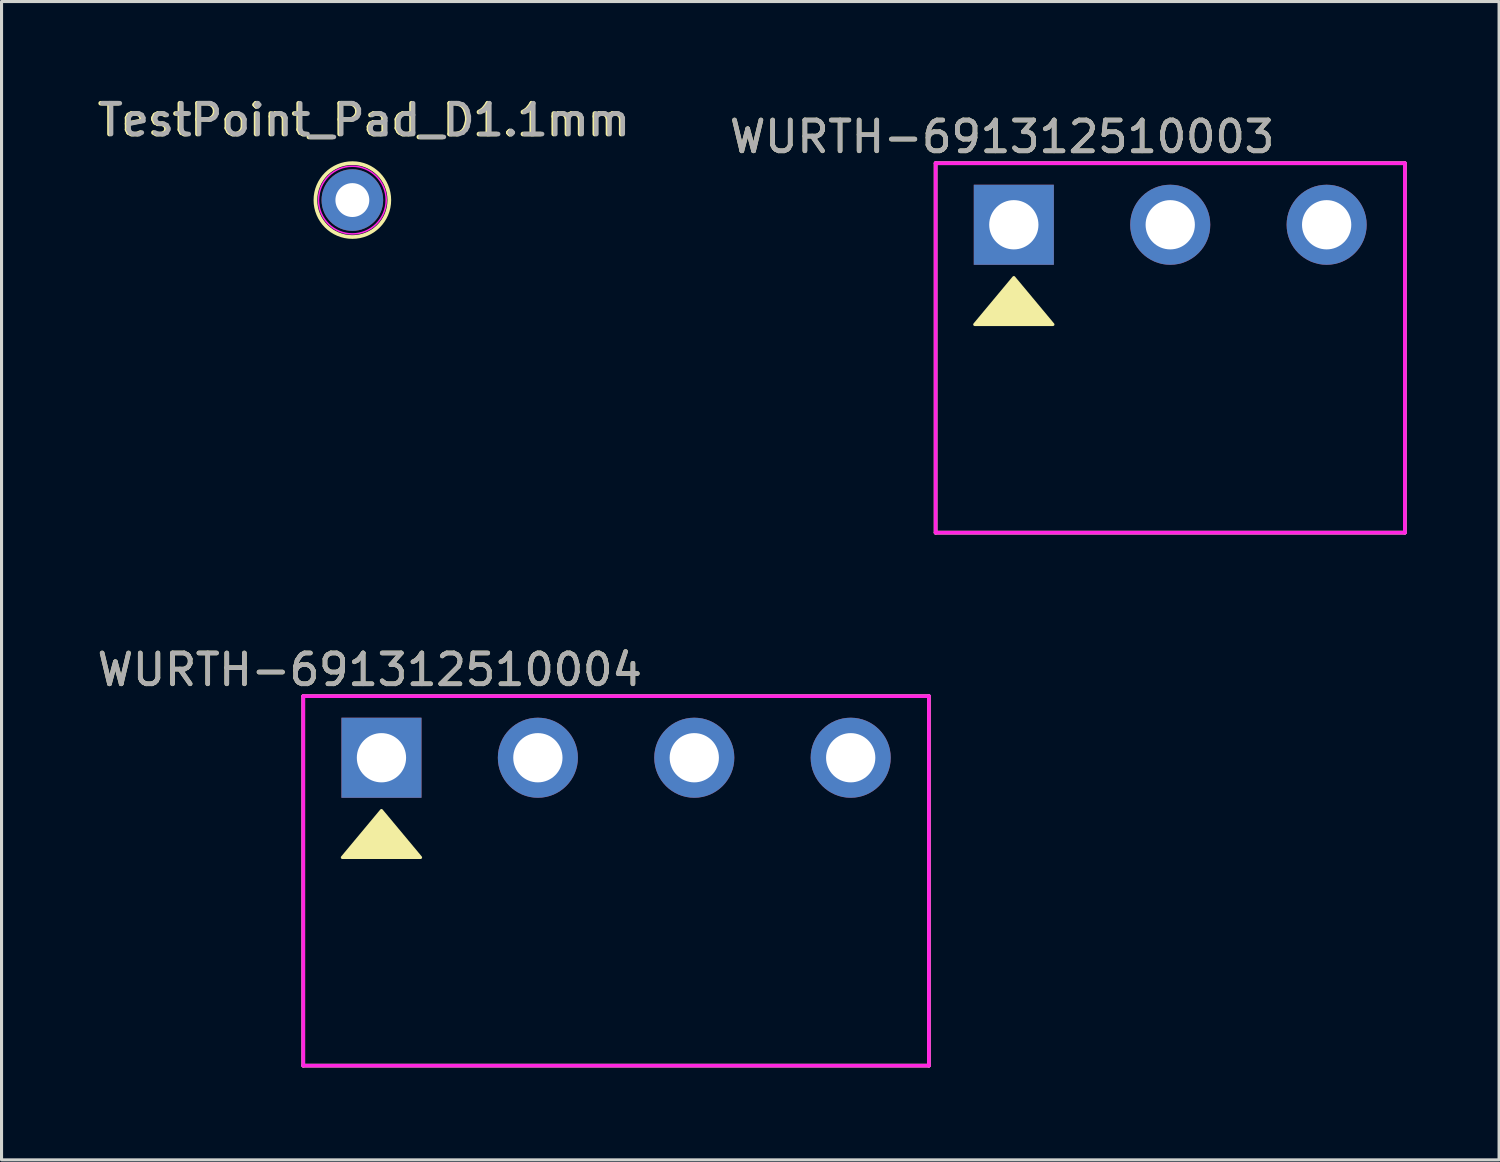
<source format=kicad_pcb>
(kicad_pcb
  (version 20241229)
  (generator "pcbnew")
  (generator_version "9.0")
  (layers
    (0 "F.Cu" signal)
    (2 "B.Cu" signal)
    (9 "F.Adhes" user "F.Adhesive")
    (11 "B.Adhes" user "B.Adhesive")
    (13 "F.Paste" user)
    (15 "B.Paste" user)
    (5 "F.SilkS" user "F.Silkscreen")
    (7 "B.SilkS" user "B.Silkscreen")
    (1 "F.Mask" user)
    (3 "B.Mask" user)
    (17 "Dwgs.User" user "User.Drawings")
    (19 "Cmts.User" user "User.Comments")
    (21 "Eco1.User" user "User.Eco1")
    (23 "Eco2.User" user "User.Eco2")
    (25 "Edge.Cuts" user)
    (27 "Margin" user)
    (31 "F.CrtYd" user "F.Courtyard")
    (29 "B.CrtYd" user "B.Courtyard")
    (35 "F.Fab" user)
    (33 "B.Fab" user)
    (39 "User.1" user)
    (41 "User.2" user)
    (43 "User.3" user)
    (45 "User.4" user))
  (footprint "TestPoint_Pad_D1.1mm"
    (layer "F.Cu")
    (at 8.394 3.448)
    (property "Reference" "TestPoint_Pad_D1.1mm" (at 0.35 -2.6 0) (layer "F.SilkS") (effects (font (size 1 1) (thickness 0.15))))
    (attr exclude_from_pos_files exclude_from_bom)
    (fp_circle (center 0 0) (end 1.2 0) (stroke (width 0.12) (type solid)) (fill no) (layer "F.SilkS"))
    (fp_circle (center 0 0) (end 1.1 0) (stroke (width 0.05) (type solid)) (fill no) (layer "F.CrtYd"))
    (fp_text user "${REFERENCE}" (at 0.4 -2.6 0) (layer "F.Fab") (effects (font (size 1 1) (thickness 0.15))))
    (pad "1" thru_hole circle (at 0 0) (size 2 2) (drill 1.1) (layers "*.Cu" "*.Mask")))
  (footprint "WURTH-691312510003"
    (layer "F.Cu")
    (at 27.337 0.25)
    (property "Reference" "WURTH-691312510003" (at 2.159 1.143 0) (layer "F.SilkS") (effects (font (size 1 1) (thickness 0.15))))
    (attr through_hole)
    (fp_line (start 0 2) (end 15.24 2) (stroke (width 0.12) (type solid)) (layer "F.SilkS"))
    (fp_line (start 0 14) (end 0 2) (stroke (width 0.12) (type solid)) (layer "F.SilkS"))
    (fp_line (start 15.24 14) (end 0 14) (stroke (width 0.12) (type solid)) (layer "F.SilkS"))
    (fp_line (start 15.24 14) (end 15.24 2) (stroke (width 0.12) (type solid)) (layer "F.SilkS"))
    (fp_poly (pts (xy 2.54 5.715) (xy 3.81 7.239) (xy 1.27 7.239)) (stroke (width 0.1) (type solid)) (fill yes) (layer "F.SilkS"))
    (fp_line (start 0 2) (end 15.24 2) (stroke (width 0.12) (type solid)) (layer "F.CrtYd"))
    (fp_line (start 0 14) (end 0 2) (stroke (width 0.12) (type solid)) (layer "F.CrtYd"))
    (fp_line (start 15.24 2) (end 15.24 14) (stroke (width 0.12) (type solid)) (layer "F.CrtYd"))
    (fp_line (start 15.24 14) (end 0 14) (stroke (width 0.12) (type solid)) (layer "F.CrtYd"))
    (fp_text user "${REFERENCE}" (at 2.159 1.143 0) (layer "F.Fab") (effects (font (size 1 1) (thickness 0.15))))
    (pad "1" thru_hole rect (at 2.54 4) (size 2.6 2.6) (drill 1.6) (layers "*.Cu" "*.Mask"))
    (pad "2" thru_hole circle (at 7.62 4) (size 2.6 2.6) (drill 1.6) (layers "*.Cu" "*.Mask"))
    (pad "3" thru_hole circle (at 12.7 4) (size 2.6 2.6) (drill 1.6) (layers "*.Cu" "*.Mask")))
  (footprint "WURTH-691312510004"
    (layer "F.Cu")
    (at 6.799 17.56)
    (property "Reference" "WURTH-691312510004" (at 2.159 1.143 0) (layer "F.SilkS") (effects (font (size 1 1) (thickness 0.15))))
    (attr through_hole)
    (fp_line (start 0 2) (end 20.32 2) (stroke (width 0.12) (type solid)) (layer "F.SilkS"))
    (fp_line (start 0 14) (end 0 2) (stroke (width 0.12) (type solid)) (layer "F.SilkS"))
    (fp_line (start 20.32 14) (end 0 14) (stroke (width 0.12) (type solid)) (layer "F.SilkS"))
    (fp_line (start 20.32 14) (end 20.32 2) (stroke (width 0.12) (type solid)) (layer "F.SilkS"))
    (fp_poly (pts (xy 2.54 5.715) (xy 3.81 7.239) (xy 1.27 7.239)) (stroke (width 0.1) (type solid)) (fill yes) (layer "F.SilkS"))
    (fp_line (start 0 2) (end 20.32 2) (stroke (width 0.12) (type solid)) (layer "F.CrtYd"))
    (fp_line (start 0 14) (end 0 2) (stroke (width 0.12) (type solid)) (layer "F.CrtYd"))
    (fp_line (start 20.32 2) (end 20.32 14) (stroke (width 0.12) (type solid)) (layer "F.CrtYd"))
    (fp_line (start 20.32 14) (end 0 14) (stroke (width 0.12) (type solid)) (layer "F.CrtYd"))
    (fp_text user "${REFERENCE}" (at 2.159 1.143 0) (layer "F.Fab") (effects (font (size 1 1) (thickness 0.15))))
    (pad "1" thru_hole rect (at 2.54 4) (size 2.6 2.6) (drill 1.6) (layers "*.Cu" "*.Mask"))
    (pad "2" thru_hole circle (at 7.62 4) (size 2.6 2.6) (drill 1.6) (layers "*.Cu" "*.Mask"))
    (pad "3" thru_hole circle (at 12.7 4) (size 2.6 2.6) (drill 1.6) (layers "*.Cu" "*.Mask"))
    (pad "4" thru_hole circle (at 17.78 4) (size 2.6 2.6) (drill 1.6) (layers "*.Cu" "*.Mask")))
  (gr_rect
    (start -3 -3)
    (end 45.637 34.62)
    (stroke (width 0.1) (type default))
    (fill no)
    (layer "Edge.Cuts")))
</source>
